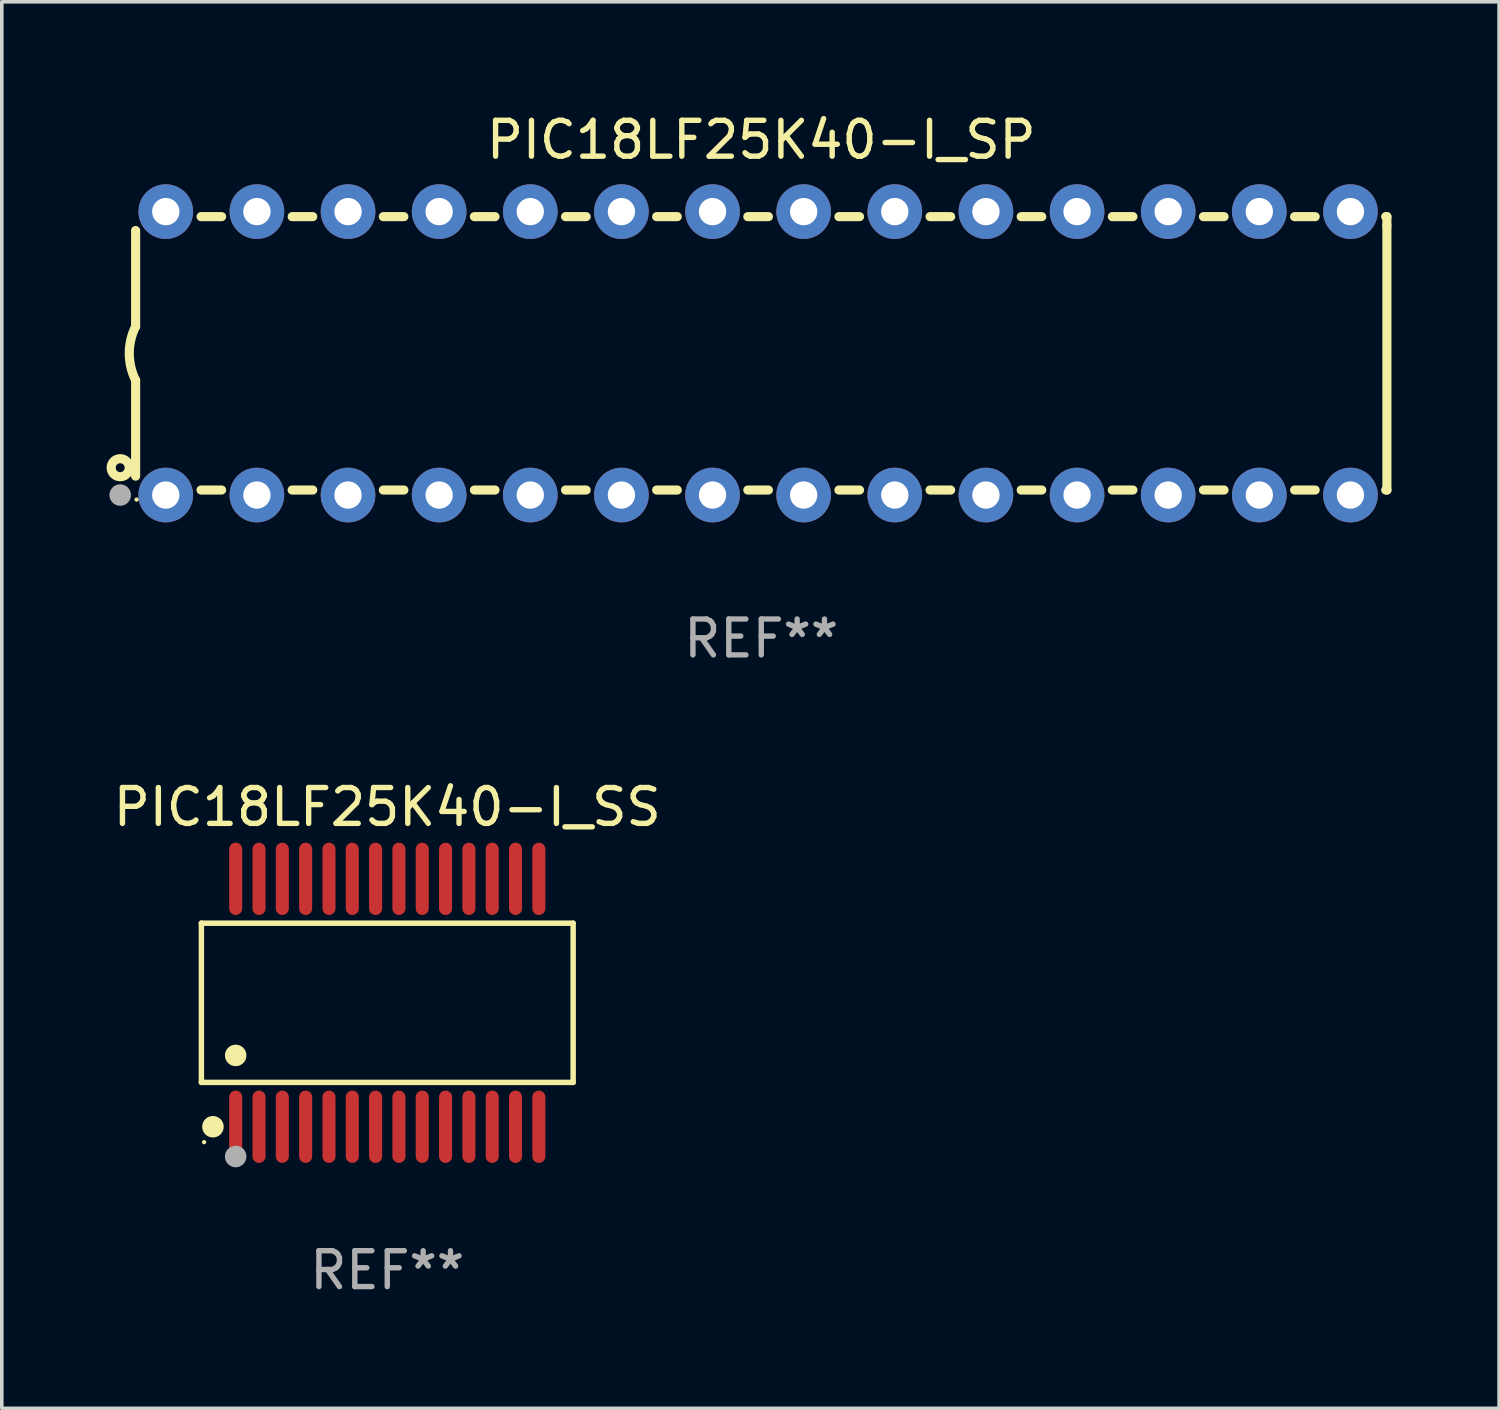
<source format=kicad_pcb>
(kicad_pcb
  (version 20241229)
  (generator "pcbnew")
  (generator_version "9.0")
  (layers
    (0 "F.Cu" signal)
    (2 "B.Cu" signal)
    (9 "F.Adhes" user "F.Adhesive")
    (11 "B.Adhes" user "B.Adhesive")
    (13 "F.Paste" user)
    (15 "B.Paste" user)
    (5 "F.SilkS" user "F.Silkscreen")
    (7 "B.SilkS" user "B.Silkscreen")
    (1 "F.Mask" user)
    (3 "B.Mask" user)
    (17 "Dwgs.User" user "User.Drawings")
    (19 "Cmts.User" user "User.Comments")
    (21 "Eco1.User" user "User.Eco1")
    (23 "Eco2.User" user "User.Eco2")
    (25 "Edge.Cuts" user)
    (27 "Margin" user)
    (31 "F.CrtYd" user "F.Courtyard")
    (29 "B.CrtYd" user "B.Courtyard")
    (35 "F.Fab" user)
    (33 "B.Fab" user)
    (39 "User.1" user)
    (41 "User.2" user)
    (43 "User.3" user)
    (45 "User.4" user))
  (footprint "PIC18LF25K40-I_SP"
    (layer "F.Cu")
    (at 18.168 6.798)
    (property "Reference" "PIC18LF25K40-I_SP" (at 0 -5.95 0) (layer "F.SilkS") (effects (font (size 1 1) (thickness 0.15))))
    (attr through_hole)
    (fp_line (start -17.438 0.75) (end -17.438 3.423) (stroke (width 0.254) (type solid)) (layer "F.SilkS"))
    (fp_line (start -17.438 -3.423) (end -17.438 -0.75) (stroke (width 0.254) (type solid)) (layer "F.SilkS"))
    (fp_line (start -15.615 3.81) (end -15.041 3.81) (stroke (width 0.254) (type solid)) (layer "F.SilkS"))
    (fp_line (start -15.041 -3.81) (end -15.614 -3.81) (stroke (width 0.254) (type solid)) (layer "F.SilkS"))
    (fp_line (start -13.075 3.81) (end -12.501 3.81) (stroke (width 0.254) (type solid)) (layer "F.SilkS"))
    (fp_line (start -12.501 -3.81) (end -13.074 -3.81) (stroke (width 0.254) (type solid)) (layer "F.SilkS"))
    (fp_line (start -10.535 3.81) (end -9.961 3.81) (stroke (width 0.254) (type solid)) (layer "F.SilkS"))
    (fp_line (start -9.961 -3.81) (end -10.534 -3.81) (stroke (width 0.254) (type solid)) (layer "F.SilkS"))
    (fp_line (start -7.995 3.81) (end -7.421 3.81) (stroke (width 0.254) (type solid)) (layer "F.SilkS"))
    (fp_line (start -7.421 -3.81) (end -7.995 -3.81) (stroke (width 0.254) (type solid)) (layer "F.SilkS"))
    (fp_line (start -5.455 3.81) (end -4.881 3.81) (stroke (width 0.254) (type solid)) (layer "F.SilkS"))
    (fp_line (start -4.881 -3.81) (end -5.455 -3.81) (stroke (width 0.254) (type solid)) (layer "F.SilkS"))
    (fp_line (start -2.915 3.81) (end -2.341 3.81) (stroke (width 0.254) (type solid)) (layer "F.SilkS"))
    (fp_line (start -2.341 -3.81) (end -2.915 -3.81) (stroke (width 0.254) (type solid)) (layer "F.SilkS"))
    (fp_line (start -0.375 3.81) (end 0.199 3.81) (stroke (width 0.254) (type solid)) (layer "F.SilkS"))
    (fp_line (start 0.199 -3.81) (end -0.375 -3.81) (stroke (width 0.254) (type solid)) (layer "F.SilkS"))
    (fp_line (start 2.165 3.81) (end 2.739 3.81) (stroke (width 0.254) (type solid)) (layer "F.SilkS"))
    (fp_line (start 2.739 -3.81) (end 2.165 -3.81) (stroke (width 0.254) (type solid)) (layer "F.SilkS"))
    (fp_line (start 4.705 3.81) (end 5.279 3.81) (stroke (width 0.254) (type solid)) (layer "F.SilkS"))
    (fp_line (start 5.279 -3.81) (end 4.705 -3.81) (stroke (width 0.254) (type solid)) (layer "F.SilkS"))
    (fp_line (start 7.245 3.81) (end 7.819 3.81) (stroke (width 0.254) (type solid)) (layer "F.SilkS"))
    (fp_line (start 7.819 -3.81) (end 7.245 -3.81) (stroke (width 0.254) (type solid)) (layer "F.SilkS"))
    (fp_line (start 9.785 3.81) (end 10.359 3.81) (stroke (width 0.254) (type solid)) (layer "F.SilkS"))
    (fp_line (start 10.359 -3.81) (end 9.785 -3.81) (stroke (width 0.254) (type solid)) (layer "F.SilkS"))
    (fp_line (start 12.325 3.81) (end 12.899 3.81) (stroke (width 0.254) (type solid)) (layer "F.SilkS"))
    (fp_line (start 12.899 -3.81) (end 12.325 -3.81) (stroke (width 0.254) (type solid)) (layer "F.SilkS"))
    (fp_line (start 14.865 3.81) (end 15.439 3.81) (stroke (width 0.254) (type solid)) (layer "F.SilkS"))
    (fp_line (start 15.439 -3.81) (end 14.865 -3.81) (stroke (width 0.254) (type solid)) (layer "F.SilkS"))
    (fp_line (start 17.405 3.81) (end 17.438 3.81) (stroke (width 0.254) (type solid)) (layer "F.SilkS"))
    (fp_line (start 17.438 -3.81) (end 17.405 -3.81) (stroke (width 0.254) (type solid)) (layer "F.SilkS"))
    (fp_line (start 17.438 -3.556) (end 17.438 -3.81) (stroke (width 0.254) (type solid)) (layer "F.SilkS"))
    (fp_line (start 17.438 3.81) (end 17.438 -3.556) (stroke (width 0.254) (type solid)) (layer "F.SilkS"))
    (fp_arc (start -17.437986 0.749657) (mid -17.614887 -0.000024) (end -17.437783 -0.749657) (stroke (width 0.254001) (type solid)) (layer "F.SilkS"))
    (fp_circle (center -17.868 3.188) (end -17.743 3.188) (stroke (width 0.254) (type solid)) (fill no) (layer "F.SilkS"))
    (fp_circle (center -17.411 4.077) (end -17.381 4.077) (stroke (width 0.06) (type solid)) (fill no) (layer "F.SilkS"))
    (fp_circle (center -17.868 3.95) (end -17.718 3.95) (stroke (width 0.3) (type solid)) (fill no) (layer "F.Fab"))
    (fp_text user "REF**" (at 0 7.95 0) (layer "F.Fab") (effects (font (size 1 1) (thickness 0.15))))
    (pad "1" thru_hole circle (at -16.598 3.95) (size 1.524 1.524) (drill 0.762) (layers "*.Cu" "*.Mask"))
    (pad "2" thru_hole circle (at -14.058 3.95) (size 1.524 1.524) (drill 0.762) (layers "*.Cu" "*.Mask"))
    (pad "3" thru_hole circle (at -11.518 3.95) (size 1.524 1.524) (drill 0.762) (layers "*.Cu" "*.Mask"))
    (pad "4" thru_hole circle (at -8.978 3.95) (size 1.524 1.524) (drill 0.762) (layers "*.Cu" "*.Mask"))
    (pad "5" thru_hole circle (at -6.438 3.95) (size 1.524 1.524) (drill 0.762) (layers "*.Cu" "*.Mask"))
    (pad "6" thru_hole circle (at -3.898 3.95) (size 1.524 1.524) (drill 0.762) (layers "*.Cu" "*.Mask"))
    (pad "7" thru_hole circle (at -1.358 3.95) (size 1.524 1.524) (drill 0.762) (layers "*.Cu" "*.Mask"))
    (pad "8" thru_hole circle (at 1.182 3.95) (size 1.524 1.524) (drill 0.762) (layers "*.Cu" "*.Mask"))
    (pad "9" thru_hole circle (at 3.722 3.95) (size 1.524 1.524) (drill 0.762) (layers "*.Cu" "*.Mask"))
    (pad "10" thru_hole circle (at 6.262 3.95) (size 1.524 1.524) (drill 0.762) (layers "*.Cu" "*.Mask"))
    (pad "11" thru_hole circle (at 8.802 3.95) (size 1.524 1.524) (drill 0.762) (layers "*.Cu" "*.Mask"))
    (pad "12" thru_hole circle (at 11.342 3.95) (size 1.524 1.524) (drill 0.762) (layers "*.Cu" "*.Mask"))
    (pad "13" thru_hole circle (at 13.882 3.95) (size 1.524 1.524) (drill 0.762) (layers "*.Cu" "*.Mask"))
    (pad "14" thru_hole circle (at 16.422 3.95) (size 1.524 1.524) (drill 0.762) (layers "*.Cu" "*.Mask"))
    (pad "15" thru_hole circle (at 16.422 -3.95) (size 1.524 1.524) (drill 0.762) (layers "*.Cu" "*.Mask"))
    (pad "16" thru_hole circle (at 13.882 -3.95) (size 1.524 1.524) (drill 0.762) (layers "*.Cu" "*.Mask"))
    (pad "17" thru_hole circle (at 11.342 -3.95) (size 1.524 1.524) (drill 0.762) (layers "*.Cu" "*.Mask"))
    (pad "18" thru_hole circle (at 8.802 -3.95) (size 1.524 1.524) (drill 0.762) (layers "*.Cu" "*.Mask"))
    (pad "19" thru_hole circle (at 6.262 -3.95) (size 1.524 1.524) (drill 0.762) (layers "*.Cu" "*.Mask"))
    (pad "20" thru_hole circle (at 3.722 -3.95) (size 1.524 1.524) (drill 0.762) (layers "*.Cu" "*.Mask"))
    (pad "21" thru_hole circle (at 1.182 -3.95) (size 1.524 1.524) (drill 0.762) (layers "*.Cu" "*.Mask"))
    (pad "22" thru_hole circle (at -1.358 -3.95) (size 1.524 1.524) (drill 0.762) (layers "*.Cu" "*.Mask"))
    (pad "23" thru_hole circle (at -3.898 -3.95) (size 1.524 1.524) (drill 0.762) (layers "*.Cu" "*.Mask"))
    (pad "24" thru_hole circle (at -6.438 -3.95) (size 1.524 1.524) (drill 0.762) (layers "*.Cu" "*.Mask"))
    (pad "25" thru_hole circle (at -8.978 -3.95) (size 1.524 1.524) (drill 0.762) (layers "*.Cu" "*.Mask"))
    (pad "26" thru_hole circle (at -11.517 -3.95) (size 1.524 1.524) (drill 0.762) (layers "*.Cu" "*.Mask"))
    (pad "27" thru_hole circle (at -14.057 -3.95) (size 1.524 1.524) (drill 0.762) (layers "*.Cu" "*.Mask"))
    (pad "28" thru_hole circle (at -16.597 -3.95) (size 1.524 1.524) (drill 0.762) (layers "*.Cu" "*.Mask")))
  (footprint "PIC18LF25K40-I_SS"
    (layer "F.Cu")
    (at 7.744 24.9)
    (property "Reference" "PIC18LF25K40-I_SS" (at 0 -5.455 0) (layer "F.SilkS") (effects (font (size 1 1) (thickness 0.15))))
    (attr through_hole)
    (fp_line (start -5.181 -2.219) (end 5.181 -2.219) (stroke (width 0.152) (type solid)) (layer "F.SilkS"))
    (fp_line (start -5.181 2.219) (end -5.181 -2.219) (stroke (width 0.152) (type solid)) (layer "F.SilkS"))
    (fp_line (start 5.181 -2.219) (end 5.181 2.219) (stroke (width 0.152) (type solid)) (layer "F.SilkS"))
    (fp_line (start 5.181 2.219) (end -5.181 2.219) (stroke (width 0.152) (type solid)) (layer "F.SilkS"))
    (fp_circle (center -5.105 3.885) (end -5.075 3.885) (stroke (width 0.06) (type solid)) (fill no) (layer "F.SilkS"))
    (fp_circle (center -4.859 3.455) (end -4.709 3.455) (stroke (width 0.3) (type solid)) (fill no) (layer "F.SilkS"))
    (fp_circle (center -4.225 1.467) (end -4.075 1.467) (stroke (width 0.3) (type solid)) (fill no) (layer "F.SilkS"))
    (fp_circle (center -4.225 4.285) (end -4.075 4.285) (stroke (width 0.3) (type solid)) (fill no) (layer "F.Fab"))
    (fp_text user "REF**" (at 0 7.455 0) (layer "F.Fab") (effects (font (size 1 1) (thickness 0.15))))
    (pad "1" smd oval (at -4.225 3.455) (size 0.364 2.015) (layers "F.Cu" "F.Mask" "F.Paste"))
    (pad "2" smd oval (at -3.575 3.455) (size 0.364 2.015) (layers "F.Cu" "F.Mask" "F.Paste"))
    (pad "3" smd oval (at -2.925 3.455) (size 0.364 2.015) (layers "F.Cu" "F.Mask" "F.Paste"))
    (pad "4" smd oval (at -2.275 3.455) (size 0.364 2.015) (layers "F.Cu" "F.Mask" "F.Paste"))
    (pad "5" smd oval (at -1.625 3.455) (size 0.364 2.015) (layers "F.Cu" "F.Mask" "F.Paste"))
    (pad "6" smd oval (at -0.975 3.455) (size 0.364 2.015) (layers "F.Cu" "F.Mask" "F.Paste"))
    (pad "7" smd oval (at -0.325 3.455) (size 0.364 2.015) (layers "F.Cu" "F.Mask" "F.Paste"))
    (pad "8" smd oval (at 0.325 3.455) (size 0.364 2.015) (layers "F.Cu" "F.Mask" "F.Paste"))
    (pad "9" smd oval (at 0.975 3.455) (size 0.364 2.015) (layers "F.Cu" "F.Mask" "F.Paste"))
    (pad "10" smd oval (at 1.625 3.455) (size 0.364 2.015) (layers "F.Cu" "F.Mask" "F.Paste"))
    (pad "11" smd oval (at 2.275 3.455) (size 0.364 2.015) (layers "F.Cu" "F.Mask" "F.Paste"))
    (pad "12" smd oval (at 2.925 3.455) (size 0.364 2.015) (layers "F.Cu" "F.Mask" "F.Paste"))
    (pad "13" smd oval (at 3.575 3.455) (size 0.364 2.015) (layers "F.Cu" "F.Mask" "F.Paste"))
    (pad "14" smd oval (at 4.225 3.455) (size 0.364 2.015) (layers "F.Cu" "F.Mask" "F.Paste"))
    (pad "15" smd oval (at 4.225 -3.455) (size 0.364 2.015) (layers "F.Cu" "F.Mask" "F.Paste"))
    (pad "16" smd oval (at 3.575 -3.455) (size 0.364 2.015) (layers "F.Cu" "F.Mask" "F.Paste"))
    (pad "17" smd oval (at 2.925 -3.455) (size 0.364 2.015) (layers "F.Cu" "F.Mask" "F.Paste"))
    (pad "18" smd oval (at 2.275 -3.455) (size 0.364 2.015) (layers "F.Cu" "F.Mask" "F.Paste"))
    (pad "19" smd oval (at 1.625 -3.455) (size 0.364 2.015) (layers "F.Cu" "F.Mask" "F.Paste"))
    (pad "20" smd oval (at 0.975 -3.455) (size 0.364 2.015) (layers "F.Cu" "F.Mask" "F.Paste"))
    (pad "21" smd oval (at 0.325 -3.455) (size 0.364 2.015) (layers "F.Cu" "F.Mask" "F.Paste"))
    (pad "22" smd oval (at -0.325 -3.455) (size 0.364 2.015) (layers "F.Cu" "F.Mask" "F.Paste"))
    (pad "23" smd oval (at -0.975 -3.455) (size 0.364 2.015) (layers "F.Cu" "F.Mask" "F.Paste"))
    (pad "24" smd oval (at -1.625 -3.455) (size 0.364 2.015) (layers "F.Cu" "F.Mask" "F.Paste"))
    (pad "25" smd oval (at -2.275 -3.455) (size 0.364 2.015) (layers "F.Cu" "F.Mask" "F.Paste"))
    (pad "26" smd oval (at -2.925 -3.455) (size 0.364 2.015) (layers "F.Cu" "F.Mask" "F.Paste"))
    (pad "27" smd oval (at -3.575 -3.455) (size 0.364 2.015) (layers "F.Cu" "F.Mask" "F.Paste"))
    (pad "28" smd oval (at -4.225 -3.455) (size 0.364 2.015) (layers "F.Cu" "F.Mask" "F.Paste")))
  (gr_rect
    (start -3 -3)
    (end 38.733 36.203)
    (stroke (width 0.1) (type default))
    (fill no)
    (layer "Edge.Cuts")))
</source>
